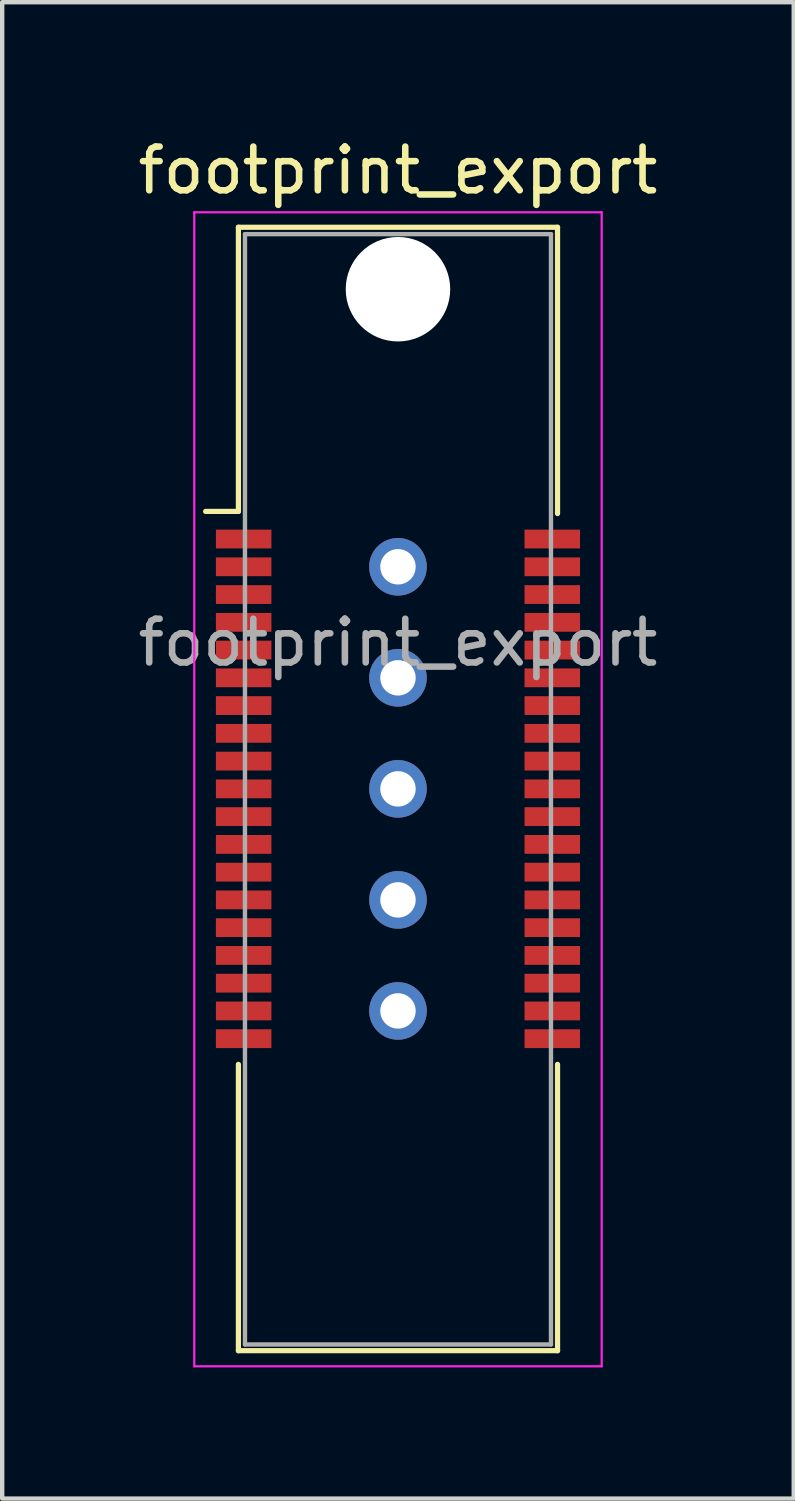
<source format=kicad_pcb>
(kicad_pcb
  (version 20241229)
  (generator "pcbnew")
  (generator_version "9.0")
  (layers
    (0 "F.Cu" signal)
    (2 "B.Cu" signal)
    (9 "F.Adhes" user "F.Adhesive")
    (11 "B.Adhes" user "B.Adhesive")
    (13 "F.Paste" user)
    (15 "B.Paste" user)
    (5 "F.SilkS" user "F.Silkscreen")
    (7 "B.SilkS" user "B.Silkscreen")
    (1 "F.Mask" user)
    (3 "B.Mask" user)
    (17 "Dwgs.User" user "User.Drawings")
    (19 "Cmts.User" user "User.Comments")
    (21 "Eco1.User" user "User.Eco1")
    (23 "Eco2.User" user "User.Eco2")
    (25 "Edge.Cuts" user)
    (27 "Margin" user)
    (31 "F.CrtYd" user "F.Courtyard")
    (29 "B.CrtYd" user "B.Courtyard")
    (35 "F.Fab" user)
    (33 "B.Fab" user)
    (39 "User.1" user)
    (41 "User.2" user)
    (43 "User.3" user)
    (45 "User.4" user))
  (footprint "footprint_export"
    (layer "F.Cu")
    (at 6.054 15.006)
    (property "Reference" "footprint_export" (at 0 -14.158 0) (layer "F.SilkS") (effects (font (size 1 1) (thickness 0.15))))
    (attr smd)
    (fp_line (start -3.65 -12.857) (end 3.65 -12.857) (stroke (width 0.12) (type solid)) (layer "F.SilkS"))
    (fp_line (start -3.65 -6.357) (end -4.4 -6.357) (stroke (width 0.12) (type solid)) (layer "F.SilkS"))
    (fp_line (start -3.65 -6.357) (end -3.65 -12.857) (stroke (width 0.12) (type solid)) (layer "F.SilkS"))
    (fp_line (start -3.65 12.842) (end -3.65 6.293) (stroke (width 0.12) (type solid)) (layer "F.SilkS"))
    (fp_line (start 3.65 -12.857) (end 3.65 -6.308) (stroke (width 0.12) (type solid)) (layer "F.SilkS"))
    (fp_line (start 3.65 6.293) (end 3.65 12.842) (stroke (width 0.12) (type solid)) (layer "F.SilkS"))
    (fp_line (start 3.65 12.842) (end -3.65 12.842) (stroke (width 0.12) (type solid)) (layer "F.SilkS"))
    (fp_line (start -4.66 -13.2) (end 4.66 -13.2) (stroke (width 0.05) (type solid)) (layer "F.CrtYd"))
    (fp_line (start -4.66 13.2) (end -4.66 -13.2) (stroke (width 0.05) (type solid)) (layer "F.CrtYd"))
    (fp_line (start 4.66 -13.2) (end 4.66 13.2) (stroke (width 0.05) (type solid)) (layer "F.CrtYd"))
    (fp_line (start 4.66 13.2) (end -4.66 13.2) (stroke (width 0.05) (type solid)) (layer "F.CrtYd"))
    (fp_line (start -3.5 -12.7) (end 3.5 -12.7) (stroke (width 0.1) (type solid)) (layer "F.Fab"))
    (fp_line (start -3.5 12.7) (end -3.5 -12.7) (stroke (width 0.1) (type solid)) (layer "F.Fab"))
    (fp_line (start -3.5 12.7) (end 3.5 12.7) (stroke (width 0.1) (type solid)) (layer "F.Fab"))
    (fp_line (start 3.5 -12.7) (end 3.5 12.7) (stroke (width 0.1) (type solid)) (layer "F.Fab"))
    (fp_text user "${REFERENCE}" (at 0 -3.357 0) (layer "F.Fab") (effects (font (size 1 1) (thickness 0.15))))
    (pad "" np_thru_hole circle (at 0 -11.44 90) (size 2.39 2.39) (drill 2.39) (layers "*.Cu" "*.Mask"))
    (pad "1" smd rect (at -3.53 -5.725 180) (size 1.27 0.43) (layers "F.Cu" "F.Mask" "F.Paste"))
    (pad "2" smd rect (at 3.53 -5.725 180) (size 1.27 0.43) (layers "F.Cu" "F.Mask" "F.Paste"))
    (pad "3" smd rect (at -3.53 -5.09 180) (size 1.27 0.43) (layers "F.Cu" "F.Mask" "F.Paste"))
    (pad "4" smd rect (at 3.53 -5.09 180) (size 1.27 0.43) (layers "F.Cu" "F.Mask" "F.Paste"))
    (pad "5" smd rect (at -3.53 -4.455 180) (size 1.27 0.43) (layers "F.Cu" "F.Mask" "F.Paste"))
    (pad "6" smd rect (at 3.53 -4.455 180) (size 1.27 0.43) (layers "F.Cu" "F.Mask" "F.Paste"))
    (pad "7" smd rect (at -3.53 -3.82 180) (size 1.27 0.43) (layers "F.Cu" "F.Mask" "F.Paste"))
    (pad "8" smd rect (at 3.53 -3.82 180) (size 1.27 0.43) (layers "F.Cu" "F.Mask" "F.Paste"))
    (pad "9" smd rect (at -3.53 -3.185 180) (size 1.27 0.43) (layers "F.Cu" "F.Mask" "F.Paste"))
    (pad "10" smd rect (at 3.53 -3.185 180) (size 1.27 0.43) (layers "F.Cu" "F.Mask" "F.Paste"))
    (pad "11" smd rect (at -3.53 -2.55 180) (size 1.27 0.43) (layers "F.Cu" "F.Mask" "F.Paste"))
    (pad "12" smd rect (at 3.53 -2.55 180) (size 1.27 0.43) (layers "F.Cu" "F.Mask" "F.Paste"))
    (pad "13" smd rect (at -3.53 -1.915 180) (size 1.27 0.43) (layers "F.Cu" "F.Mask" "F.Paste"))
    (pad "14" smd rect (at 3.53 -1.915 180) (size 1.27 0.43) (layers "F.Cu" "F.Mask" "F.Paste"))
    (pad "15" smd rect (at -3.53 -1.28 180) (size 1.27 0.43) (layers "F.Cu" "F.Mask" "F.Paste"))
    (pad "16" smd rect (at 3.53 -1.28 180) (size 1.27 0.43) (layers "F.Cu" "F.Mask" "F.Paste"))
    (pad "17" smd rect (at -3.53 -0.645 180) (size 1.27 0.43) (layers "F.Cu" "F.Mask" "F.Paste"))
    (pad "18" smd rect (at 3.53 -0.645 180) (size 1.27 0.43) (layers "F.Cu" "F.Mask" "F.Paste"))
    (pad "19" smd rect (at -3.53 -0.01 180) (size 1.27 0.43) (layers "F.Cu" "F.Mask" "F.Paste"))
    (pad "20" smd rect (at 3.53 -0.01 180) (size 1.27 0.43) (layers "F.Cu" "F.Mask" "F.Paste"))
    (pad "21" smd rect (at -3.53 0.625 180) (size 1.27 0.43) (layers "F.Cu" "F.Mask" "F.Paste"))
    (pad "22" smd rect (at 3.53 0.625 180) (size 1.27 0.43) (layers "F.Cu" "F.Mask" "F.Paste"))
    (pad "23" smd rect (at -3.53 1.26 180) (size 1.27 0.43) (layers "F.Cu" "F.Mask" "F.Paste"))
    (pad "24" smd rect (at 3.53 1.26 180) (size 1.27 0.43) (layers "F.Cu" "F.Mask" "F.Paste"))
    (pad "25" smd rect (at -3.53 1.895 180) (size 1.27 0.43) (layers "F.Cu" "F.Mask" "F.Paste"))
    (pad "26" smd rect (at 3.53 1.895 180) (size 1.27 0.43) (layers "F.Cu" "F.Mask" "F.Paste"))
    (pad "27" smd rect (at -3.53 2.53 180) (size 1.27 0.43) (layers "F.Cu" "F.Mask" "F.Paste"))
    (pad "28" smd rect (at 3.53 2.53 180) (size 1.27 0.43) (layers "F.Cu" "F.Mask" "F.Paste"))
    (pad "29" smd rect (at -3.53 3.165 180) (size 1.27 0.43) (layers "F.Cu" "F.Mask" "F.Paste"))
    (pad "30" smd rect (at 3.53 3.165 180) (size 1.27 0.43) (layers "F.Cu" "F.Mask" "F.Paste"))
    (pad "31" smd rect (at -3.53 3.8 180) (size 1.27 0.43) (layers "F.Cu" "F.Mask" "F.Paste"))
    (pad "32" smd rect (at 3.53 3.8 180) (size 1.27 0.43) (layers "F.Cu" "F.Mask" "F.Paste"))
    (pad "33" smd rect (at -3.53 4.435 180) (size 1.27 0.43) (layers "F.Cu" "F.Mask" "F.Paste"))
    (pad "34" smd rect (at 3.53 4.435 180) (size 1.27 0.43) (layers "F.Cu" "F.Mask" "F.Paste"))
    (pad "35" smd rect (at -3.53 5.07 180) (size 1.27 0.43) (layers "F.Cu" "F.Mask" "F.Paste"))
    (pad "36" smd rect (at 3.53 5.07 180) (size 1.27 0.43) (layers "F.Cu" "F.Mask" "F.Paste"))
    (pad "37" smd rect (at -3.53 5.705 180) (size 1.27 0.43) (layers "F.Cu" "F.Mask" "F.Paste"))
    (pad "38" smd rect (at 3.53 5.705 180) (size 1.27 0.43) (layers "F.Cu" "F.Mask" "F.Paste"))
    (pad "SH" thru_hole circle (at 0 -5.09 90) (size 1.318 1.318) (drill 0.81) (layers "*.Cu" "*.Mask"))
    (pad "SH" thru_hole circle (at 0 -2.55 90) (size 1.318 1.318) (drill 0.81) (layers "*.Cu" "*.Mask"))
    (pad "SH" thru_hole circle (at 0 -0.01 90) (size 1.318 1.318) (drill 0.81) (layers "*.Cu" "*.Mask"))
    (pad "SH" thru_hole circle (at 0 2.53 90) (size 1.318 1.318) (drill 0.81) (layers "*.Cu" "*.Mask"))
    (pad "SH" thru_hole circle (at 0 5.07 90) (size 1.318 1.318) (drill 0.81) (layers "*.Cu" "*.Mask")))
  (gr_rect
    (start -3 -3)
    (end 15.107 31.231)
    (stroke (width 0.1) (type default))
    (fill no)
    (layer "Edge.Cuts")))
</source>
